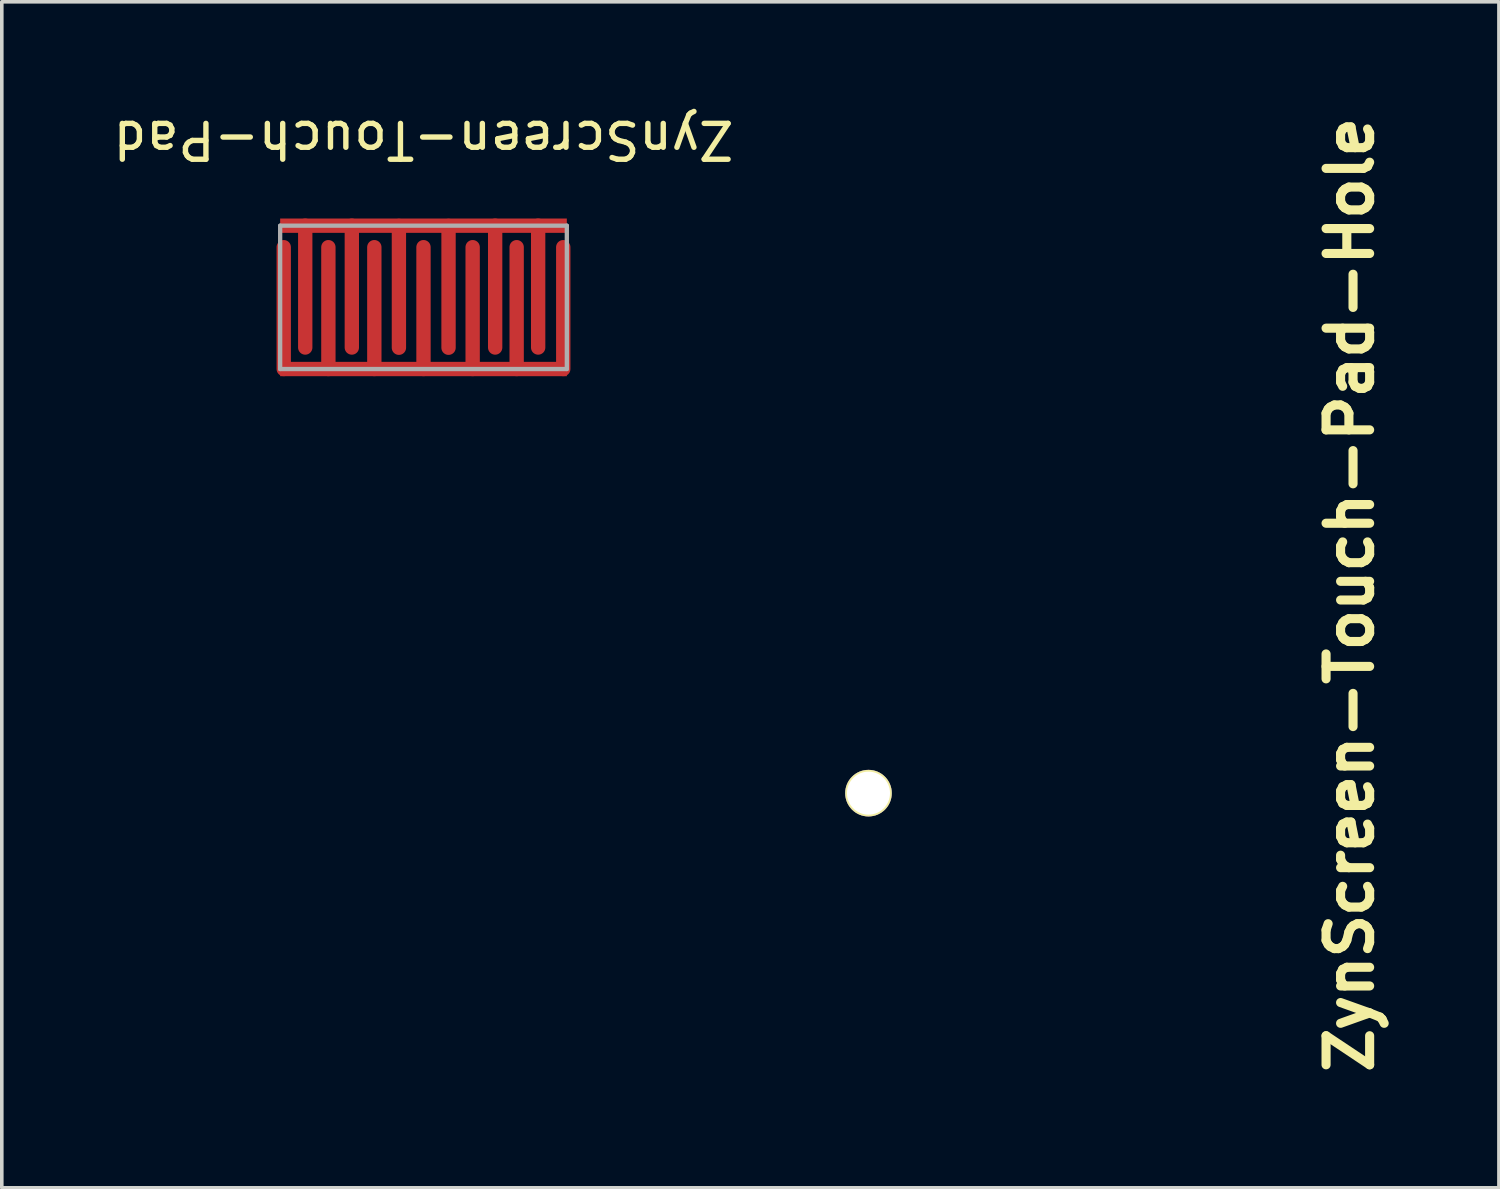
<source format=kicad_pcb>
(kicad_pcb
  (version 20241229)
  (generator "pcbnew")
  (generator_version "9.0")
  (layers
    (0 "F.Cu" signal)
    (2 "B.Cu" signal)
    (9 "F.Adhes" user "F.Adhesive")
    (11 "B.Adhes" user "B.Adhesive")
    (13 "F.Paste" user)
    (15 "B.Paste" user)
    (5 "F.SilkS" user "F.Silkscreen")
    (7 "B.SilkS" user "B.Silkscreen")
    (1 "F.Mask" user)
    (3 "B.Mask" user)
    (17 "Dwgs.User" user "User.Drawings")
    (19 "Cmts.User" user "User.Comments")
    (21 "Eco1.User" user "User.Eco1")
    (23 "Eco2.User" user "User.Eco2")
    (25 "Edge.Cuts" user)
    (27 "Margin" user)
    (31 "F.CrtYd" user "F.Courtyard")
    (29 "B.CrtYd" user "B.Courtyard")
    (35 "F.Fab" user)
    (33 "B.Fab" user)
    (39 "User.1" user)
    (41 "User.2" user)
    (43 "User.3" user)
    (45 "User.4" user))
  (footprint "ZynScreen-Touch-Pad-Hole"
    (layer "F.Cu")
    (at 21.186 19.084)
    (property "Reference" "ZynScreen-Touch-Pad-Hole" (at 13.436 -5.535 90) (layer "F.SilkS") (effects (font (size 1.216 1.216) (thickness 0.254))))
    (attr through_hole)
    (pad "1" thru_hole circle (at 0 0) (size 1.3 1.3) (drill 1.201) (layers "*.Cu" "*.Mask" "F.SilkS")))
  (footprint "ZynScreen-Touch-Pad"
    (layer "F.Cu")
    (at 8.768 5.248)
    (property "Reference" "ZynScreen-Touch-Pad" (at 0 -4.4 180) (unlocked yes) (layer "F.SilkS") (effects (font (size 1 1) (thickness 0.15))))
    (attr through_hole)
    (fp_line (start -3.9 2) (end -3.9 -1.4) (stroke (width 0.4) (type solid)) (layer "F.Cu"))
    (fp_line (start -3.3 1.4) (end -3.3 -2) (stroke (width 0.4) (type solid)) (layer "F.Cu"))
    (fp_line (start -2.654 2) (end -2.654 -1.4) (stroke (width 0.4) (type solid)) (layer "F.Cu"))
    (fp_line (start -2 1.4) (end -2 -2) (stroke (width 0.4) (type solid)) (layer "F.Cu"))
    (fp_line (start -1.372 2) (end -1.372 -1.4) (stroke (width 0.4) (type solid)) (layer "F.Cu"))
    (fp_line (start -0.686 1.406) (end -0.686 -1.994) (stroke (width 0.4) (type solid)) (layer "F.Cu"))
    (fp_line (start 0 2) (end 0 -1.4) (stroke (width 0.4) (type solid)) (layer "F.Cu"))
    (fp_line (start 0.699 -1.994) (end 0.699 1.406) (stroke (width 0.4) (type solid)) (layer "F.Cu"))
    (fp_line (start 1.372 2) (end 1.372 -1.4) (stroke (width 0.4) (type solid)) (layer "F.Cu"))
    (fp_line (start 2 -2) (end 2 1.4) (stroke (width 0.4) (type solid)) (layer "F.Cu"))
    (fp_line (start 2.6 2) (end 2.6 -1.4) (stroke (width 0.4) (type solid)) (layer "F.Cu"))
    (fp_line (start 3.2 -2) (end 3.2 1.4) (stroke (width 0.4) (type solid)) (layer "F.Cu"))
    (fp_line (start 3.9 2) (end 3.9 -1.4) (stroke (width 0.2) (type solid)) (layer "F.Cu"))
    (fp_line (start 3.9 2) (end 3.9 -1.4) (stroke (width 0.4) (type solid)) (layer "F.Cu"))
    (fp_poly (pts (xy 4 2) (xy -4 2) (xy -4 -2) (xy 4 -2)) (stroke (width 0.1) (type solid)) (fill yes) (layer "F.Mask"))
    (fp_line (start -4 -2) (end 4 -2) (stroke (width 0.12) (type solid)) (layer "F.Fab"))
    (fp_line (start -4 2) (end -4 -2) (stroke (width 0.12) (type solid)) (layer "F.Fab"))
    (fp_line (start 4 -2) (end 4 2) (stroke (width 0.12) (type solid)) (layer "F.Fab"))
    (fp_line (start 4 2) (end -4 2) (stroke (width 0.12) (type solid)) (layer "F.Fab"))
    (pad "1" smd rect (at 0 2) (size 8 0.4) (layers "F.Cu" "F.Mask" "F.Paste"))
    (pad "2" smd rect (at 0 -2) (size 8 0.4) (layers "F.Cu" "F.Mask" "F.Paste")))
  (gr_rect
    (start -3 -3)
    (end 38.779 30.097)
    (stroke (width 0.1) (type default))
    (fill no)
    (layer "Edge.Cuts")))
</source>
